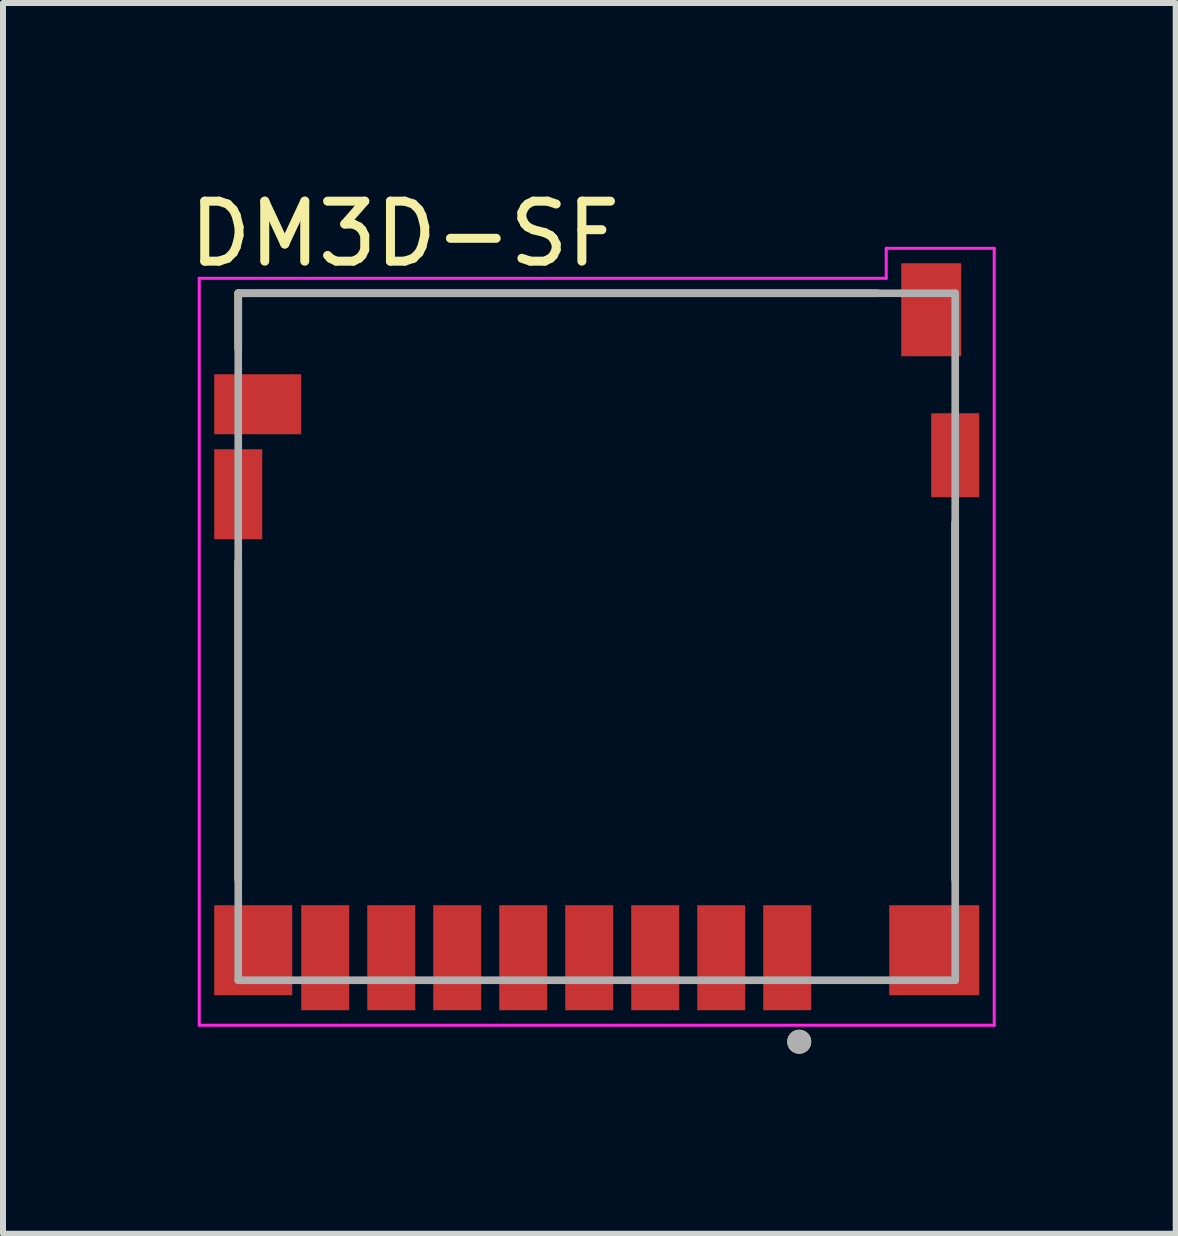
<source format=kicad_pcb>
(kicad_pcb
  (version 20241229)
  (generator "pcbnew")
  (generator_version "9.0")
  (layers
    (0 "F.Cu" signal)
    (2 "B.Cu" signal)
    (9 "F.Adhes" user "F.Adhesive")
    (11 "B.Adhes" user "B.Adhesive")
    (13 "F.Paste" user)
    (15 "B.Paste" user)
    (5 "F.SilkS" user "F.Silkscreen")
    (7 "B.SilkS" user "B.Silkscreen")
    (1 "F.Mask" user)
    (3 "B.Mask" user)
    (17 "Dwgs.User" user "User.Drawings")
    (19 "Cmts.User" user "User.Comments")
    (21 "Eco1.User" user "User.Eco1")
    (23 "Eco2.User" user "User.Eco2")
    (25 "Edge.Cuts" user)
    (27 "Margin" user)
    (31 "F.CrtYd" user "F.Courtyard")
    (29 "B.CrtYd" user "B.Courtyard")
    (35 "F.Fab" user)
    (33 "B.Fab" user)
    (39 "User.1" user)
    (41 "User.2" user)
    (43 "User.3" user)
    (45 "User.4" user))
  (footprint "DM3D-SF"
    (layer "F.Cu")
    (at 6.871 12.913)
    (property "Reference" "DM3D-SF" (at -3.175 -12.065 0) (layer "F.SilkS") (effects (font (size 1 1) (thickness 0.15))))
    (attr smd)
    (fp_line (start -5.95 -11.075) (end -5.95 -10.15) (stroke (width 0.127) (type solid)) (layer "F.SilkS"))
    (fp_line (start -5.95 -11.075) (end 4.7 -11.075) (stroke (width 0.127) (type solid)) (layer "F.SilkS"))
    (fp_line (start -5.95 -6.6) (end -5.95 -1.3) (stroke (width 0.127) (type solid)) (layer "F.SilkS"))
    (fp_line (start 6 -7.25) (end 6 -1.3) (stroke (width 0.127) (type solid)) (layer "F.SilkS"))
    (fp_circle (center 3.4 1.4) (end 3.5 1.4) (stroke (width 0.2) (type solid)) (fill no) (layer "F.SilkS"))
    (fp_line (start -6.6 -11.325) (end 4.85 -11.325) (stroke (width 0.05) (type solid)) (layer "F.CrtYd"))
    (fp_line (start -6.6 1.125) (end -6.6 -11.325) (stroke (width 0.05) (type solid)) (layer "F.CrtYd"))
    (fp_line (start 4.85 -11.825) (end 6.65 -11.825) (stroke (width 0.05) (type solid)) (layer "F.CrtYd"))
    (fp_line (start 4.85 -11.325) (end 4.85 -11.825) (stroke (width 0.05) (type solid)) (layer "F.CrtYd"))
    (fp_line (start 6.65 -11.825) (end 6.65 1.125) (stroke (width 0.05) (type solid)) (layer "F.CrtYd"))
    (fp_line (start 6.65 1.125) (end -6.6 1.125) (stroke (width 0.05) (type solid)) (layer "F.CrtYd"))
    (fp_line (start -5.95 -11.075) (end -5.95 0.375) (stroke (width 0.127) (type solid)) (layer "F.Fab"))
    (fp_line (start -5.95 0.375) (end 6 0.375) (stroke (width 0.127) (type solid)) (layer "F.Fab"))
    (fp_line (start 6 -11.075) (end -5.95 -11.075) (stroke (width 0.127) (type solid)) (layer "F.Fab"))
    (fp_line (start 6 0.375) (end 6 -11.075) (stroke (width 0.127) (type solid)) (layer "F.Fab"))
    (fp_circle (center 3.4 1.4) (end 3.5 1.4) (stroke (width 0.2) (type solid)) (fill no) (layer "F.Fab"))
    (pad "1" smd rect (at 3.2 0) (size 0.8 1.75) (layers "F.Cu" "F.Mask" "F.Paste"))
    (pad "2" smd rect (at 2.1 0) (size 0.8 1.75) (layers "F.Cu" "F.Mask" "F.Paste"))
    (pad "3" smd rect (at 1 0) (size 0.8 1.75) (layers "F.Cu" "F.Mask" "F.Paste"))
    (pad "4" smd rect (at -0.1 0) (size 0.8 1.75) (layers "F.Cu" "F.Mask" "F.Paste"))
    (pad "5" smd rect (at -1.2 0) (size 0.8 1.75) (layers "F.Cu" "F.Mask" "F.Paste"))
    (pad "6" smd rect (at -2.3 0) (size 0.8 1.75) (layers "F.Cu" "F.Mask" "F.Paste"))
    (pad "7" smd rect (at -3.4 0) (size 0.8 1.75) (layers "F.Cu" "F.Mask" "F.Paste"))
    (pad "8" smd rect (at -4.5 0) (size 0.8 1.75) (layers "F.Cu" "F.Mask" "F.Paste"))
    (pad "S1" smd rect (at -5.7 -0.125) (size 1.3 1.5) (layers "F.Cu" "F.Mask" "F.Paste"))
    (pad "S2" smd rect (at 5.65 -0.125) (size 1.5 1.5) (layers "F.Cu" "F.Mask" "F.Paste"))
    (pad "S3" smd rect (at -5.95 -7.725) (size 0.8 1.5) (layers "F.Cu" "F.Mask" "F.Paste"))
    (pad "S4" smd rect (at 6 -8.375) (size 0.8 1.4) (layers "F.Cu" "F.Mask" "F.Paste"))
    (pad "SW-A" smd rect (at 5.6 -10.8) (size 1 1.55) (layers "F.Cu" "F.Mask" "F.Paste"))
    (pad "SW-B" smd rect (at -5.625 -9.225) (size 1.45 1) (layers "F.Cu" "F.Mask" "F.Paste"))
    (zone (net_name "") (layer "F.Cu") (hatch full 0.508) (connect_pads) (min_thickness 0.01) (filled_areas_thickness no) (keepout (tracks not_allowed) (vias not_allowed) (pads not_allowed) (copperpour not_allowed) (footprints allowed)) (placement (enabled no)) (fill) (polygon (pts (xy 1.971 6.038) (xy 10.471 6.038) (xy 10.471 8.038) (xy 1.971 8.038))))
    (zone (net_name "") (layer "F.Cu") (hatch full 0.508) (connect_pads) (min_thickness 0.01) (filled_areas_thickness no) (keepout (tracks not_allowed) (vias not_allowed) (pads not_allowed) (copperpour not_allowed) (footprints allowed)) (placement (enabled no)) (fill) (polygon (pts (xy 4.921 1.838) (xy 7.421 1.838) (xy 7.421 3.838) (xy 4.921 3.838))))
    (zone (net_name "") (layers "F.Cu" "B.Cu") (hatch full 0.508) (connect_pads) (min_thickness 0.01) (filled_areas_thickness no) (keepout (tracks allowed) (vias not_allowed) (pads allowed) (copperpour allowed) (footprints allowed)) (placement (enabled no)) (fill) (polygon (pts (xy 1.971 6.038) (xy 10.471 6.038) (xy 10.471 8.038) (xy 1.971 8.038))))
    (zone (net_name "") (layers "F.Cu" "B.Cu") (hatch full 0.508) (connect_pads) (min_thickness 0.01) (filled_areas_thickness no) (keepout (tracks allowed) (vias not_allowed) (pads allowed) (copperpour allowed) (footprints allowed)) (placement (enabled no)) (fill) (polygon (pts (xy 4.921 1.838) (xy 7.421 1.838) (xy 7.421 3.838) (xy 4.921 3.838)))))
  (gr_rect
    (start -3 -3)
    (end 16.546 17.513)
    (stroke (width 0.1) (type default))
    (fill no)
    (layer "Edge.Cuts")))
</source>
